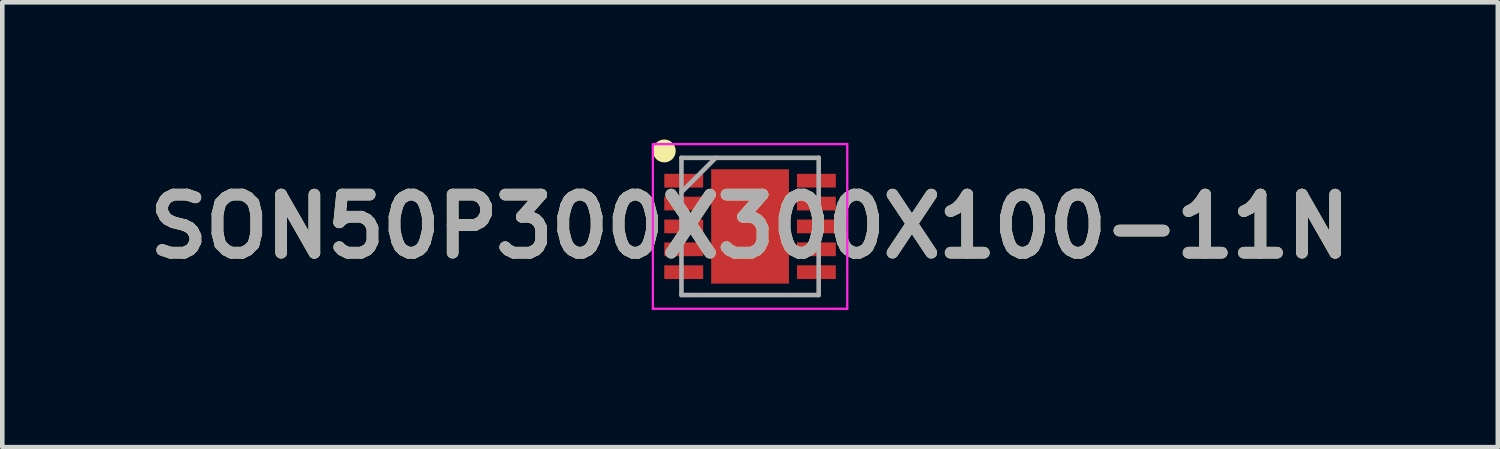
<source format=kicad_pcb>
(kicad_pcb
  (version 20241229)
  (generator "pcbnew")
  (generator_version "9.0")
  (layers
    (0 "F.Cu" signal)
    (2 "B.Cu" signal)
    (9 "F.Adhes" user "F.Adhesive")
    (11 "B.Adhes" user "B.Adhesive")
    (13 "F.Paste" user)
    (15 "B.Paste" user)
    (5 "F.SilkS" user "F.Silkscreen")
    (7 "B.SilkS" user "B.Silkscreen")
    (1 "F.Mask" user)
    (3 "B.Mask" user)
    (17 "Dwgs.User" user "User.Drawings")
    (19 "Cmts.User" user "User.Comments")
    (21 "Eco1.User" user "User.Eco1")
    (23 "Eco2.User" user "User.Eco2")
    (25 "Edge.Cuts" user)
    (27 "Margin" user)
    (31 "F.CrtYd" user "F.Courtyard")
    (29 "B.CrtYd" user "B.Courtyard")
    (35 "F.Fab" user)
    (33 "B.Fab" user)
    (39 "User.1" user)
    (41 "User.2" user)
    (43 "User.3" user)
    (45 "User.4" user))
  (footprint "SON50P300X300X100-11N"
    (layer "F.Cu")
    (at 13.347 1.9)
    (property "Reference" "SON50P300X300X100-11N" (at 0 0 0) (layer "F.SilkS") (effects (font (size 1.27 1.27) (thickness 0.254))))
    (attr smd)
    (fp_circle (center -1.875 -1.65) (end -1.875 -1.525) (stroke (width 0.25) (type solid)) (fill no) (layer "F.SilkS"))
    (fp_line (start -2.125 -1.8) (end 2.125 -1.8) (stroke (width 0.05) (type solid)) (layer "F.CrtYd"))
    (fp_line (start -2.125 1.8) (end -2.125 -1.8) (stroke (width 0.05) (type solid)) (layer "F.CrtYd"))
    (fp_line (start 2.125 -1.8) (end 2.125 1.8) (stroke (width 0.05) (type solid)) (layer "F.CrtYd"))
    (fp_line (start 2.125 1.8) (end -2.125 1.8) (stroke (width 0.05) (type solid)) (layer "F.CrtYd"))
    (fp_line (start -1.5 -1.5) (end 1.5 -1.5) (stroke (width 0.1) (type solid)) (layer "F.Fab"))
    (fp_line (start -1.5 -0.75) (end -0.75 -1.5) (stroke (width 0.1) (type solid)) (layer "F.Fab"))
    (fp_line (start -1.5 1.5) (end -1.5 -1.5) (stroke (width 0.1) (type solid)) (layer "F.Fab"))
    (fp_line (start 1.5 -1.5) (end 1.5 1.5) (stroke (width 0.1) (type solid)) (layer "F.Fab"))
    (fp_line (start 1.5 1.5) (end -1.5 1.5) (stroke (width 0.1) (type solid)) (layer "F.Fab"))
    (fp_text user "${REFERENCE}" (at 0 0 0) (layer "F.Fab") (effects (font (size 1.27 1.27) (thickness 0.254))))
    (pad "1" smd rect (at -1.45 -1 90) (size 0.3 0.85) (layers "F.Cu" "F.Mask" "F.Paste"))
    (pad "2" smd rect (at -1.45 -0.5 90) (size 0.3 0.85) (layers "F.Cu" "F.Mask" "F.Paste"))
    (pad "3" smd rect (at -1.45 0 90) (size 0.3 0.85) (layers "F.Cu" "F.Mask" "F.Paste"))
    (pad "4" smd rect (at -1.45 0.5 90) (size 0.3 0.85) (layers "F.Cu" "F.Mask" "F.Paste"))
    (pad "5" smd rect (at -1.45 1 90) (size 0.3 0.85) (layers "F.Cu" "F.Mask" "F.Paste"))
    (pad "6" smd rect (at 1.45 1 90) (size 0.3 0.85) (layers "F.Cu" "F.Mask" "F.Paste"))
    (pad "7" smd rect (at 1.45 0.5 90) (size 0.3 0.85) (layers "F.Cu" "F.Mask" "F.Paste"))
    (pad "8" smd rect (at 1.45 0 90) (size 0.3 0.85) (layers "F.Cu" "F.Mask" "F.Paste"))
    (pad "9" smd rect (at 1.45 -0.5 90) (size 0.3 0.85) (layers "F.Cu" "F.Mask" "F.Paste"))
    (pad "10" smd rect (at 1.45 -1 90) (size 0.3 0.85) (layers "F.Cu" "F.Mask" "F.Paste"))
    (pad "11" smd rect (at 0 0) (size 1.7 2.5) (layers "F.Cu" "F.Mask" "F.Paste")))
  (gr_rect
    (start -3 -3)
    (end 29.694 6.725)
    (stroke (width 0.1) (type default))
    (fill no)
    (layer "Edge.Cuts")))
</source>
